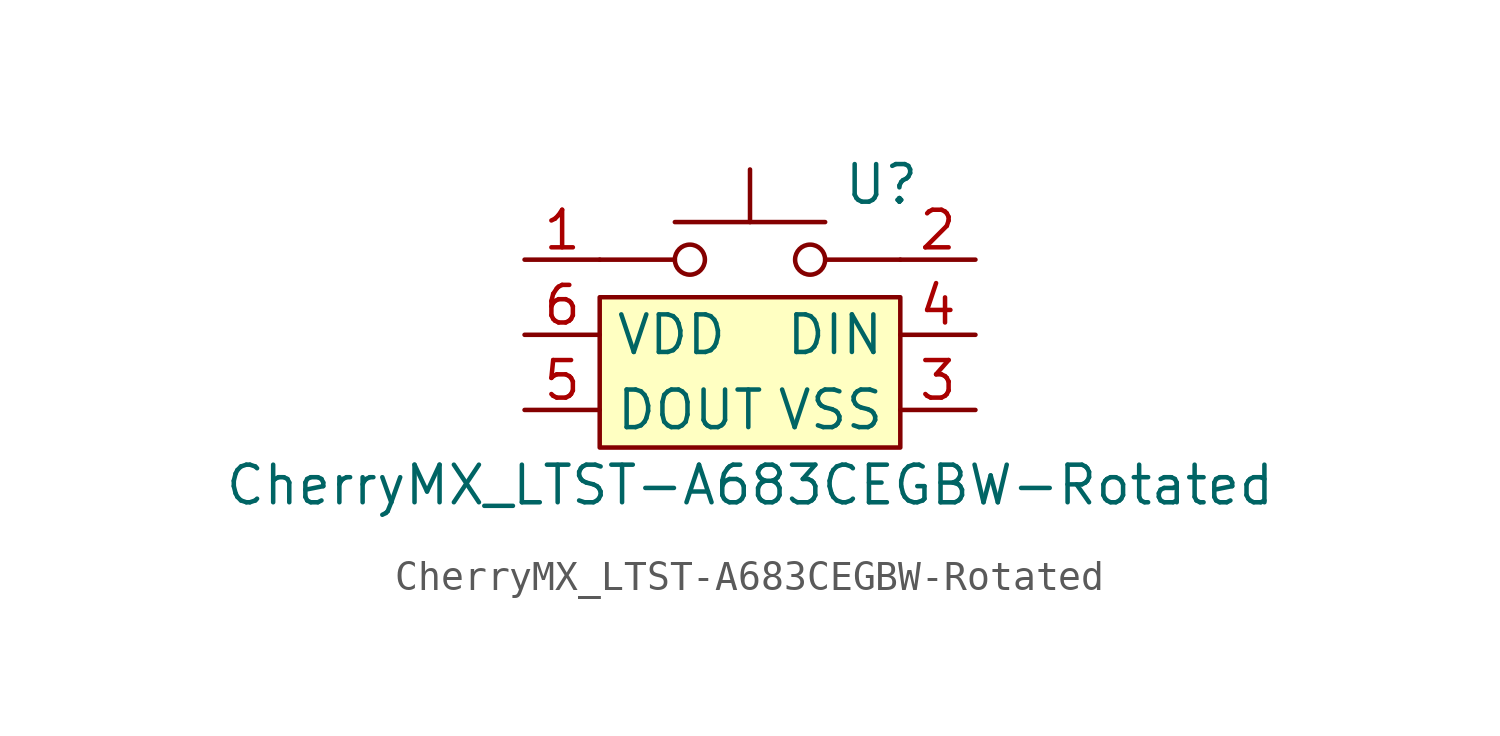
<source format=kicad_sym>
(kicad_symbol_lib
  (version 20241209)
  (generator "kicad_symbol_editor")
  (generator_version "9.0")
  (symbol "CherryMX_LTST-A683CEGBW-Rotated"
    (property "Reference" "U"
      (at 4.445 5.08 0)
      (effects (font (size 1.27 1.27))))
    (property "Value" "CherryMX_LTST-A683CEGBW-Rotated"
      (at 0 -5.08 0)
      (effects (font (size 1.27 1.27))))
    (symbol "CherryMX_LTST-A683CEGBW-Rotated_0_1"
      (polyline (pts (xy -5.08 2.54) (xy -2.54 2.54)) (stroke (width 0) (type solid)) (fill (type none)))
      (polyline (pts (xy 2.54 2.54) (xy 5.08 2.54)) (stroke (width 0) (type solid)) (fill (type none)))
      (rectangle (start 5.08 -3.81) (end -5.08 1.27) (stroke (width 0) (type solid)) (fill (type background))))
    (symbol "CherryMX_LTST-A683CEGBW-Rotated_1_1"
      (circle (center -2.032 2.54) (radius 0.508) (stroke (width 0) (type solid)) (fill (type none)))
      (polyline (pts (xy 0 3.81) (xy 0 5.588)) (stroke (width 0) (type solid)) (fill (type none)))
      (circle (center 2.032 2.54) (radius 0.508) (stroke (width 0) (type solid)) (fill (type none)))
      (polyline (pts (xy 2.54 3.81) (xy -2.54 3.81)) (stroke (width 0) (type solid)) (fill (type none)))
      (pin passive line (at -7.62 2.54 0) (length 2.54) (name "~" (effects (font (size 1.27 1.27)))) (number "1" (effects (font (size 1.27 1.27)))))
      (pin power_in line (at -7.62 0 0) (length 2.54) (name "VDD" (effects (font (size 1.27 1.27)))) (number "6" (effects (font (size 1.27 1.27)))))
      (pin output line (at -7.62 -2.54 0) (length 2.54) (name "DOUT" (effects (font (size 1.27 1.27)))) (number "5" (effects (font (size 1.27 1.27)))))
      (pin passive line (at 7.62 2.54 180) (length 2.54) (name "~" (effects (font (size 1.27 1.27)))) (number "2" (effects (font (size 1.27 1.27)))))
      (pin input line (at 7.62 0 180) (length 2.54) (name "DIN" (effects (font (size 1.27 1.27)))) (number "4" (effects (font (size 1.27 1.27)))))
      (pin power_in line (at 7.62 -2.54 180) (length 2.54) (name "VSS" (effects (font (size 1.27 1.27)))) (number "3" (effects (font (size 1.27 1.27))))))))
</source>
